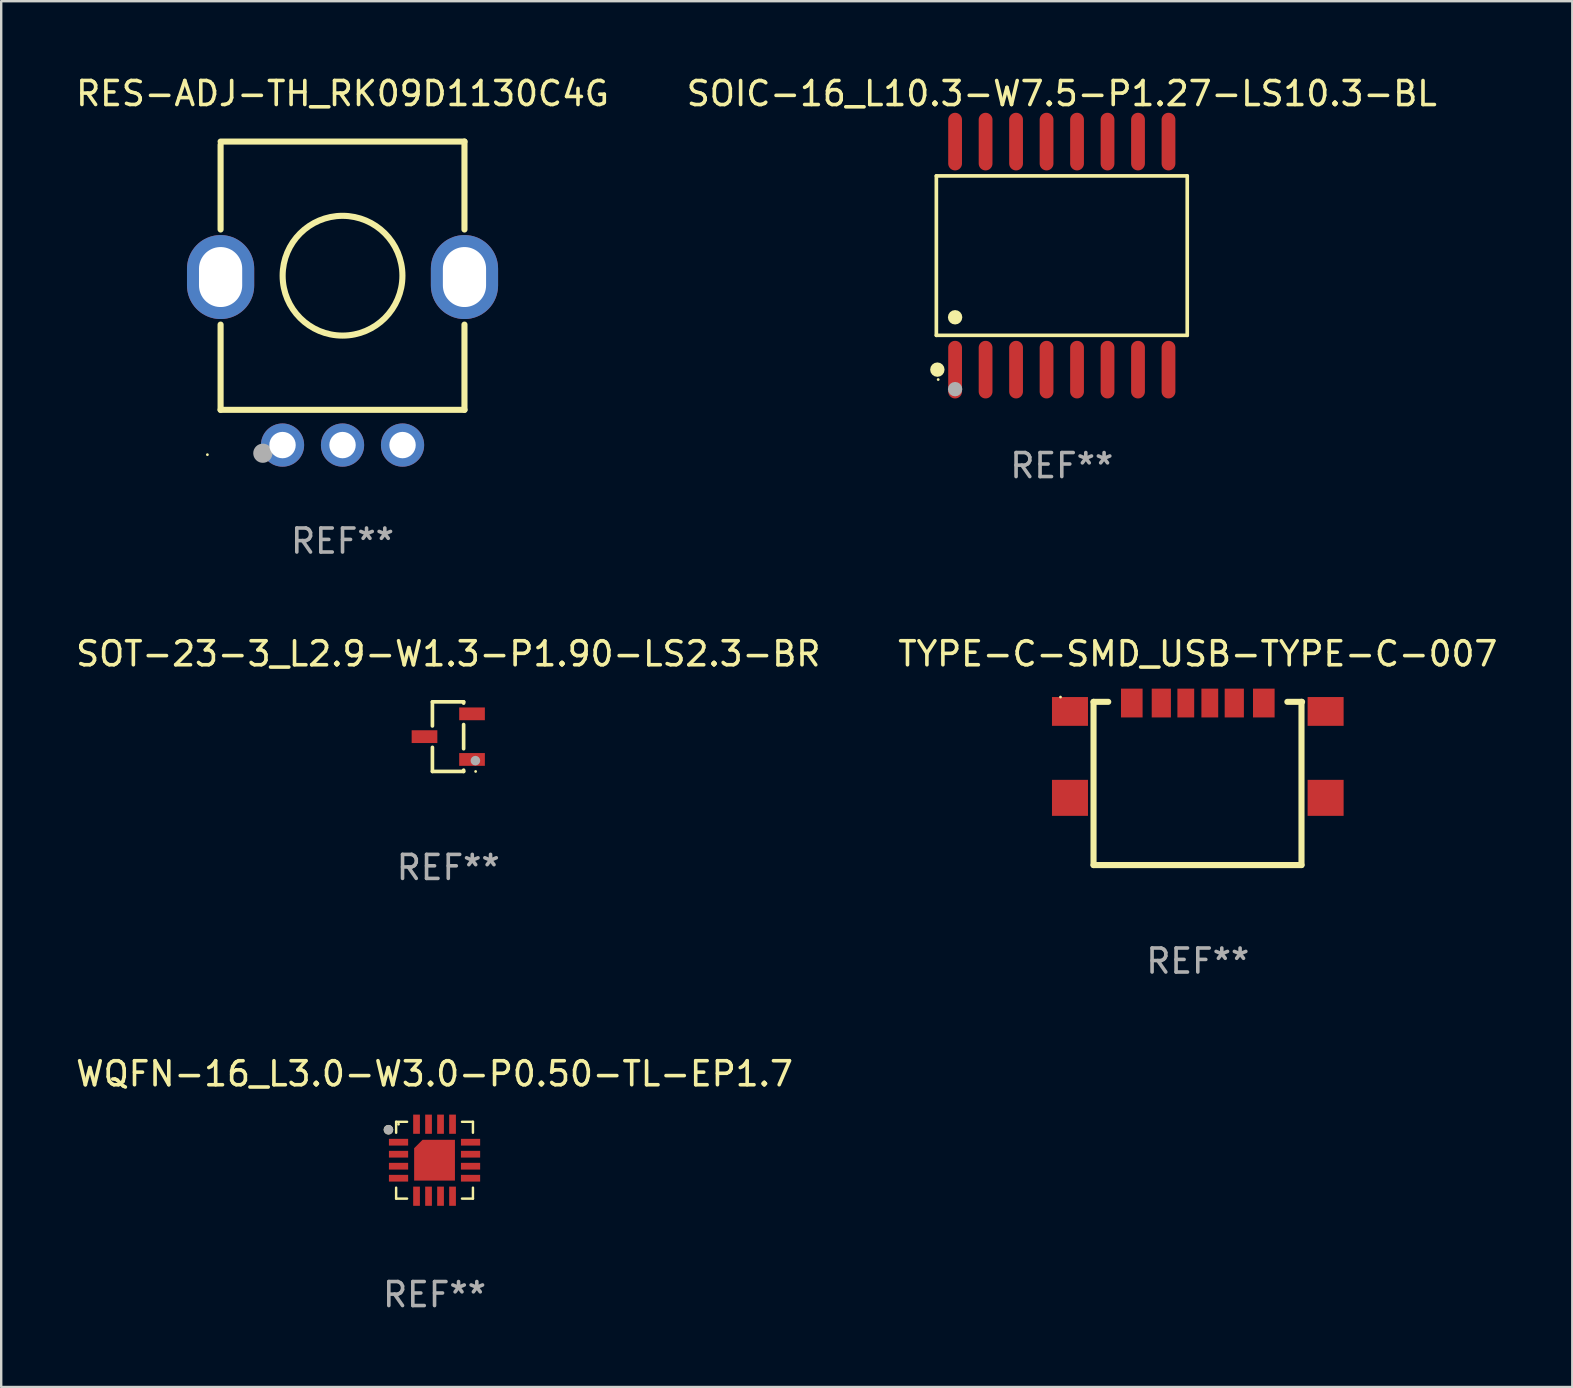
<source format=kicad_pcb>
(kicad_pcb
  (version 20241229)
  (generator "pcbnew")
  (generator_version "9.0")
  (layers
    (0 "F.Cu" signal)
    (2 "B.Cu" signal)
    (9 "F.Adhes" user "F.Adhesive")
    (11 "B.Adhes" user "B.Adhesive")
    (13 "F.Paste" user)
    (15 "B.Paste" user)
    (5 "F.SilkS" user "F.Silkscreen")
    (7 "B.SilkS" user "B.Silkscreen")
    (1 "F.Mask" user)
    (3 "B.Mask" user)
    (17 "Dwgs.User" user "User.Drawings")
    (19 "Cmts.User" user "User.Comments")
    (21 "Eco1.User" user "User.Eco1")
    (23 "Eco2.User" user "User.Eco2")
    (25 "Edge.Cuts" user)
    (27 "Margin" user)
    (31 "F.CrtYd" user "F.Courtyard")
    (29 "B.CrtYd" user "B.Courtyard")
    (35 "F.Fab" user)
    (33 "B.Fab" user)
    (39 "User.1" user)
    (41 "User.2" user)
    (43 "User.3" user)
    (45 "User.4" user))
  (footprint "RES-ADJ-TH_RK09D1130C4G"
    (layer "F.Cu")
    (at 11.22 11.992)
    (property "Reference" "RES-ADJ-TH_RK09D1130C4G" (at -0.000064 -11.144 0) (layer "F.SilkS") (effects (font (size 1 1) (thickness 0.15))))
    (attr through_hole)
    (fp_line (start -5.08 -9.017) (end -5.08 -5.481) (stroke (width 0.254) (type solid)) (layer "F.SilkS"))
    (fp_line (start -5.08 -1.519) (end -5.08 2.032) (stroke (width 0.254) (type solid)) (layer "F.SilkS"))
    (fp_line (start -5.08 2.032) (end 5.08 2.032) (stroke (width 0.254) (type solid)) (layer "F.SilkS"))
    (fp_line (start 5.08 -9.144) (end -5.08 -9.144) (stroke (width 0.254) (type solid)) (layer "F.SilkS"))
    (fp_line (start 5.08 -5.481) (end 5.08 -9.144) (stroke (width 0.254) (type solid)) (layer "F.SilkS"))
    (fp_line (start 5.08 2.032) (end 5.08 -1.519) (stroke (width 0.254) (type solid)) (layer "F.SilkS"))
    (fp_circle (center -5.63 3.9) (end -5.6 3.9) (stroke (width 0.06) (type solid)) (fill no) (layer "F.SilkS"))
    (fp_circle (center 0 -3.556) (end 2.495 -3.556) (stroke (width 0.254) (type solid)) (fill no) (layer "F.SilkS"))
    (fp_circle (center -3.32 3.84) (end -3.12 3.84) (stroke (width 0.4) (type solid)) (fill no) (layer "F.Fab"))
    (fp_text user "REF**" (at -0.000064 7.5 0) (layer "F.Fab") (effects (font (size 1 1) (thickness 0.15))))
    (pad "1" thru_hole circle (at -2.5 3.5) (size 1.8 1.8) (drill 1.1) (layers "*.Cu" "*.Mask"))
    (pad "2" thru_hole circle (at 0 3.5) (size 1.8 1.8) (drill 1.1) (layers "*.Cu" "*.Mask"))
    (pad "3" thru_hole circle (at 2.5 3.5) (size 1.8 1.8) (drill 1.1) (layers "*.Cu" "*.Mask"))
    (pad "4" thru_hole oval (at -5.08 -3.5) (size 2.8 3.5) (drill oval 1.8 2.5) (layers "*.Cu" "*.Mask"))
    (pad "5" thru_hole oval (at 5.08 -3.5) (size 2.8 3.5) (drill oval 1.8 2.5) (layers "*.Cu" "*.Mask")))
  (footprint "TYPE-C-SMD_USB-TYPE-C-007"
    (layer "F.Cu")
    (at 46.851 28.214)
    (property "Reference" "TYPE-C-SMD_USB-TYPE-C-007" (at 0 -4.025 0) (layer "F.SilkS") (effects (font (size 1 1) (thickness 0.15))))
    (attr through_hole)
    (fp_line (start -4.344 -2.025) (end -4.344 4.775) (stroke (width 0.254) (type solid)) (layer "F.SilkS"))
    (fp_line (start -4.344 -2.025) (end -3.731 -2.025) (stroke (width 0.254) (type solid)) (layer "F.SilkS"))
    (fp_line (start -4.344 4.775) (end 4.32 4.775) (stroke (width 0.254) (type solid)) (layer "F.SilkS"))
    (fp_line (start 3.731 -2.025) (end 4.344 -2.025) (stroke (width 0.254) (type solid)) (layer "F.SilkS"))
    (fp_line (start 4.32 4.775) (end 4.32 -2.025) (stroke (width 0.254) (type solid)) (layer "F.SilkS"))
    (fp_circle (center -5.72 -2.225) (end -5.69 -2.225) (stroke (width 0.06) (type solid)) (fill no) (layer "F.SilkS"))
    (fp_text user "REF**" (at 0 8.775 0) (layer "F.Fab") (effects (font (size 1 1) (thickness 0.15))))
    (pad "17" smd rect (at -5.325 -1.625) (size 1.5 1.2) (layers "F.Cu" "F.Mask" "F.Paste"))
    (pad "18" smd rect (at 5.325 -1.625) (size 1.5 1.2) (layers "F.Cu" "F.Mask" "F.Paste"))
    (pad "19" smd rect (at -5.325 1.975) (size 1.5 1.5) (layers "F.Cu" "F.Mask" "F.Paste"))
    (pad "20" smd rect (at 5.325 1.975) (size 1.5 1.5) (layers "F.Cu" "F.Mask" "F.Paste"))
    (pad "A5" smd rect (at -0.5 -1.975) (size 0.7 1.2) (layers "F.Cu" "F.Mask" "F.Paste"))
    (pad "A9" smd rect (at 1.52 -1.975) (size 0.8 1.2) (layers "F.Cu" "F.Mask" "F.Paste"))
    (pad "A12" smd rect (at 2.75 -1.975) (size 0.9 1.2) (layers "F.Cu" "F.Mask" "F.Paste"))
    (pad "B5" smd rect (at 0.5 -1.975) (size 0.7 1.2) (layers "F.Cu" "F.Mask" "F.Paste"))
    (pad "B9" smd rect (at -1.52 -1.975) (size 0.8 1.2) (layers "F.Cu" "F.Mask" "F.Paste"))
    (pad "B12" smd rect (at -2.75 -1.975) (size 0.9 1.2) (layers "F.Cu" "F.Mask" "F.Paste")))
  (footprint "WQFN-16_L3.0-W3.0-P0.50-TL-EP1.7"
    (layer "F.Cu")
    (at 15.053 45.285)
    (property "Reference" "WQFN-16_L3.0-W3.0-P0.50-TL-EP1.7" (at 0.000127 -3.6 0) (layer "F.SilkS") (effects (font (size 1 1) (thickness 0.15))))
    (attr through_hole)
    (fp_line (start -1.6 -1.6) (end -1.6 -1.144) (stroke (width 0.102) (type solid)) (layer "F.SilkS"))
    (fp_line (start -1.6 1.144) (end -1.6 1.6) (stroke (width 0.102) (type solid)) (layer "F.SilkS"))
    (fp_line (start -1.6 1.6) (end -1.144 1.6) (stroke (width 0.102) (type solid)) (layer "F.SilkS"))
    (fp_line (start -1.144 -1.6) (end -1.6 -1.6) (stroke (width 0.102) (type solid)) (layer "F.SilkS"))
    (fp_line (start 1.144 1.6) (end 1.6 1.6) (stroke (width 0.102) (type solid)) (layer "F.SilkS"))
    (fp_line (start 1.6 -1.6) (end 1.144 -1.6) (stroke (width 0.102) (type solid)) (layer "F.SilkS"))
    (fp_line (start 1.6 -1.6) (end 1.6 -1.144) (stroke (width 0.102) (type solid)) (layer "F.SilkS"))
    (fp_line (start 1.6 1.144) (end 1.6 1.6) (stroke (width 0.102) (type solid)) (layer "F.SilkS"))
    (fp_circle (center -1.92 -1.27) (end -1.82 -1.27) (stroke (width 0.2) (type solid)) (fill no) (layer "F.SilkS"))
    (fp_circle (center -1.5 -1.5) (end -1.47 -1.5) (stroke (width 0.06) (type solid)) (fill no) (layer "F.SilkS"))
    (fp_circle (center -1.92 -1.27) (end -1.82 -1.27) (stroke (width 0.2) (type solid)) (fill no) (layer "F.Fab"))
    (fp_text user "REF**" (at 0.000127 5.6 0) (layer "F.Fab") (effects (font (size 1 1) (thickness 0.15))))
    (pad "1" smd rect (at -1.5 -0.75 270) (size 0.28 0.8) (layers "F.Cu" "F.Mask" "F.Paste"))
    (pad "2" smd rect (at -1.5 -0.25 270) (size 0.28 0.8) (layers "F.Cu" "F.Mask" "F.Paste"))
    (pad "3" smd rect (at -1.5 0.25 270) (size 0.28 0.8) (layers "F.Cu" "F.Mask" "F.Paste"))
    (pad "4" smd rect (at -1.5 0.75 270) (size 0.28 0.8) (layers "F.Cu" "F.Mask" "F.Paste"))
    (pad "5" smd rect (at -0.75 1.5 270) (size 0.8 0.28) (layers "F.Cu" "F.Mask" "F.Paste"))
    (pad "6" smd rect (at -0.25 1.5 270) (size 0.8 0.28) (layers "F.Cu" "F.Mask" "F.Paste"))
    (pad "7" smd rect (at 0.25 1.5 270) (size 0.8 0.28) (layers "F.Cu" "F.Mask" "F.Paste"))
    (pad "8" smd rect (at 0.75 1.5 270) (size 0.8 0.28) (layers "F.Cu" "F.Mask" "F.Paste"))
    (pad "9" smd rect (at 1.5 0.75 270) (size 0.28 0.8) (layers "F.Cu" "F.Mask" "F.Paste"))
    (pad "10" smd rect (at 1.5 0.25 270) (size 0.28 0.8) (layers "F.Cu" "F.Mask" "F.Paste"))
    (pad "11" smd rect (at 1.5 -0.25 270) (size 0.28 0.8) (layers "F.Cu" "F.Mask" "F.Paste"))
    (pad "12" smd rect (at 1.5 -0.75 270) (size 0.28 0.8) (layers "F.Cu" "F.Mask" "F.Paste"))
    (pad "13" smd rect (at 0.75 -1.5 270) (size 0.8 0.28) (layers "F.Cu" "F.Mask" "F.Paste"))
    (pad "14" smd rect (at 0.25 -1.5 270) (size 0.8 0.28) (layers "F.Cu" "F.Mask" "F.Paste"))
    (pad "15" smd rect (at -0.25 -1.5 270) (size 0.8 0.28) (layers "F.Cu" "F.Mask" "F.Paste"))
    (pad "16" smd rect (at -0.75 -1.5 270) (size 0.8 0.28) (layers "F.Cu" "F.Mask" "F.Paste"))
    (pad "17" smd custom (at 0.000127 0.000127) (size 0.1 0.1) (layers "F.Cu" "F.Mask" "F.Paste") (options (anchor circle)) (primitives (gr_poly (pts (xy 0.85 -0.85) (xy 0.85 0.85) (xy -0.85 0.85) (xy -0.85 -0.5) (xy -0.5 -0.85)) (width 0) (fill yes)))))
  (footprint "SOT-23-3_L2.9-W1.3-P1.90-LS2.3-BR"
    (layer "F.Cu")
    (at 15.625 27.639)
    (property "Reference" "SOT-23-3_L2.9-W1.3-P1.90-LS2.3-BR" (at 0 -3.45 0) (layer "F.SilkS") (effects (font (size 1 1) (thickness 0.15))))
    (attr through_hole)
    (fp_line (start -0.66 -1.45) (end -0.66 -0.446) (stroke (width 0.152) (type solid)) (layer "F.SilkS"))
    (fp_line (start -0.66 0.446) (end -0.66 1.45) (stroke (width 0.152) (type solid)) (layer "F.SilkS"))
    (fp_line (start -0.66 1.45) (end 0.64 1.45) (stroke (width 0.152) (type solid)) (layer "F.SilkS"))
    (fp_line (start 0.64 -1.45) (end -0.66 -1.45) (stroke (width 0.152) (type solid)) (layer "F.SilkS"))
    (fp_line (start 0.64 -1.396) (end 0.64 -1.45) (stroke (width 0.152) (type solid)) (layer "F.SilkS"))
    (fp_line (start 0.64 0.504) (end 0.64 -0.504) (stroke (width 0.152) (type solid)) (layer "F.SilkS"))
    (fp_line (start 0.64 1.45) (end 0.64 1.396) (stroke (width 0.152) (type solid)) (layer "F.SilkS"))
    (fp_circle (center 1.14 1.45) (end 1.17 1.45) (stroke (width 0.06) (type solid)) (fill no) (layer "F.SilkS"))
    (fp_circle (center 1.13 1) (end 1.23 1) (stroke (width 0.2) (type solid)) (fill no) (layer "F.Fab"))
    (fp_text user "REF**" (at 0 5.45 0) (layer "F.Fab") (effects (font (size 1 1) (thickness 0.15))))
    (pad "1" smd rect (at 0.99 0.95) (size 1.07 0.532) (layers "F.Cu" "F.Mask" "F.Paste"))
    (pad "2" smd rect (at 0.99 -0.95) (size 1.07 0.532) (layers "F.Cu" "F.Mask" "F.Paste"))
    (pad "3" smd rect (at -0.99 0) (size 1.07 0.532) (layers "F.Cu" "F.Mask" "F.Paste")))
  (footprint "SOIC-16_L10.3-W7.5-P1.27-LS10.3-BL"
    (layer "F.Cu")
    (at 41.185 7.599)
    (property "Reference" "SOIC-16_L10.3-W7.5-P1.27-LS10.3-BL" (at 0 -6.75 0) (layer "F.SilkS") (effects (font (size 1 1) (thickness 0.15))))
    (attr through_hole)
    (fp_line (start -5.226 -3.321) (end 5.226 -3.321) (stroke (width 0.152) (type solid)) (layer "F.SilkS"))
    (fp_line (start -5.226 3.321) (end -5.226 -3.321) (stroke (width 0.152) (type solid)) (layer "F.SilkS"))
    (fp_line (start 5.226 -3.321) (end 5.226 3.321) (stroke (width 0.152) (type solid)) (layer "F.SilkS"))
    (fp_line (start 5.226 3.321) (end -5.226 3.321) (stroke (width 0.152) (type solid)) (layer "F.SilkS"))
    (fp_circle (center -5.184 4.75) (end -5.034 4.75) (stroke (width 0.3) (type solid)) (fill no) (layer "F.SilkS"))
    (fp_circle (center -5.15 5.163) (end -5.12 5.163) (stroke (width 0.06) (type solid)) (fill no) (layer "F.SilkS"))
    (fp_circle (center -4.445 2.569) (end -4.295 2.569) (stroke (width 0.3) (type solid)) (fill no) (layer "F.SilkS"))
    (fp_circle (center -4.445 5.563) (end -4.295 5.563) (stroke (width 0.3) (type solid)) (fill no) (layer "F.Fab"))
    (fp_text user "REF**" (at 0 8.75 0) (layer "F.Fab") (effects (font (size 1 1) (thickness 0.15))))
    (pad "1" smd oval (at -4.445 4.75) (size 0.574 2.401) (layers "F.Cu" "F.Mask" "F.Paste"))
    (pad "2" smd oval (at -3.175 4.75) (size 0.574 2.401) (layers "F.Cu" "F.Mask" "F.Paste"))
    (pad "3" smd oval (at -1.905 4.75) (size 0.574 2.401) (layers "F.Cu" "F.Mask" "F.Paste"))
    (pad "4" smd oval (at -0.635 4.75) (size 0.574 2.401) (layers "F.Cu" "F.Mask" "F.Paste"))
    (pad "5" smd oval (at 0.635 4.75) (size 0.574 2.401) (layers "F.Cu" "F.Mask" "F.Paste"))
    (pad "6" smd oval (at 1.905 4.75) (size 0.574 2.401) (layers "F.Cu" "F.Mask" "F.Paste"))
    (pad "7" smd oval (at 3.175 4.75) (size 0.574 2.401) (layers "F.Cu" "F.Mask" "F.Paste"))
    (pad "8" smd oval (at 4.445 4.75) (size 0.574 2.401) (layers "F.Cu" "F.Mask" "F.Paste"))
    (pad "9" smd oval (at 4.445 -4.75) (size 0.574 2.401) (layers "F.Cu" "F.Mask" "F.Paste"))
    (pad "10" smd oval (at 3.175 -4.75) (size 0.574 2.401) (layers "F.Cu" "F.Mask" "F.Paste"))
    (pad "11" smd oval (at 1.905 -4.75) (size 0.574 2.401) (layers "F.Cu" "F.Mask" "F.Paste"))
    (pad "12" smd oval (at 0.635 -4.75) (size 0.574 2.401) (layers "F.Cu" "F.Mask" "F.Paste"))
    (pad "13" smd oval (at -0.635 -4.75) (size 0.574 2.401) (layers "F.Cu" "F.Mask" "F.Paste"))
    (pad "14" smd oval (at -1.905 -4.75) (size 0.574 2.401) (layers "F.Cu" "F.Mask" "F.Paste"))
    (pad "15" smd oval (at -3.175 -4.75) (size 0.574 2.401) (layers "F.Cu" "F.Mask" "F.Paste"))
    (pad "16" smd oval (at -4.445 -4.75) (size 0.574 2.401) (layers "F.Cu" "F.Mask" "F.Paste")))
  (gr_rect
    (start -3 -3)
    (end 62.452 54.734)
    (stroke (width 0.1) (type default))
    (fill no)
    (layer "Edge.Cuts")))
</source>
